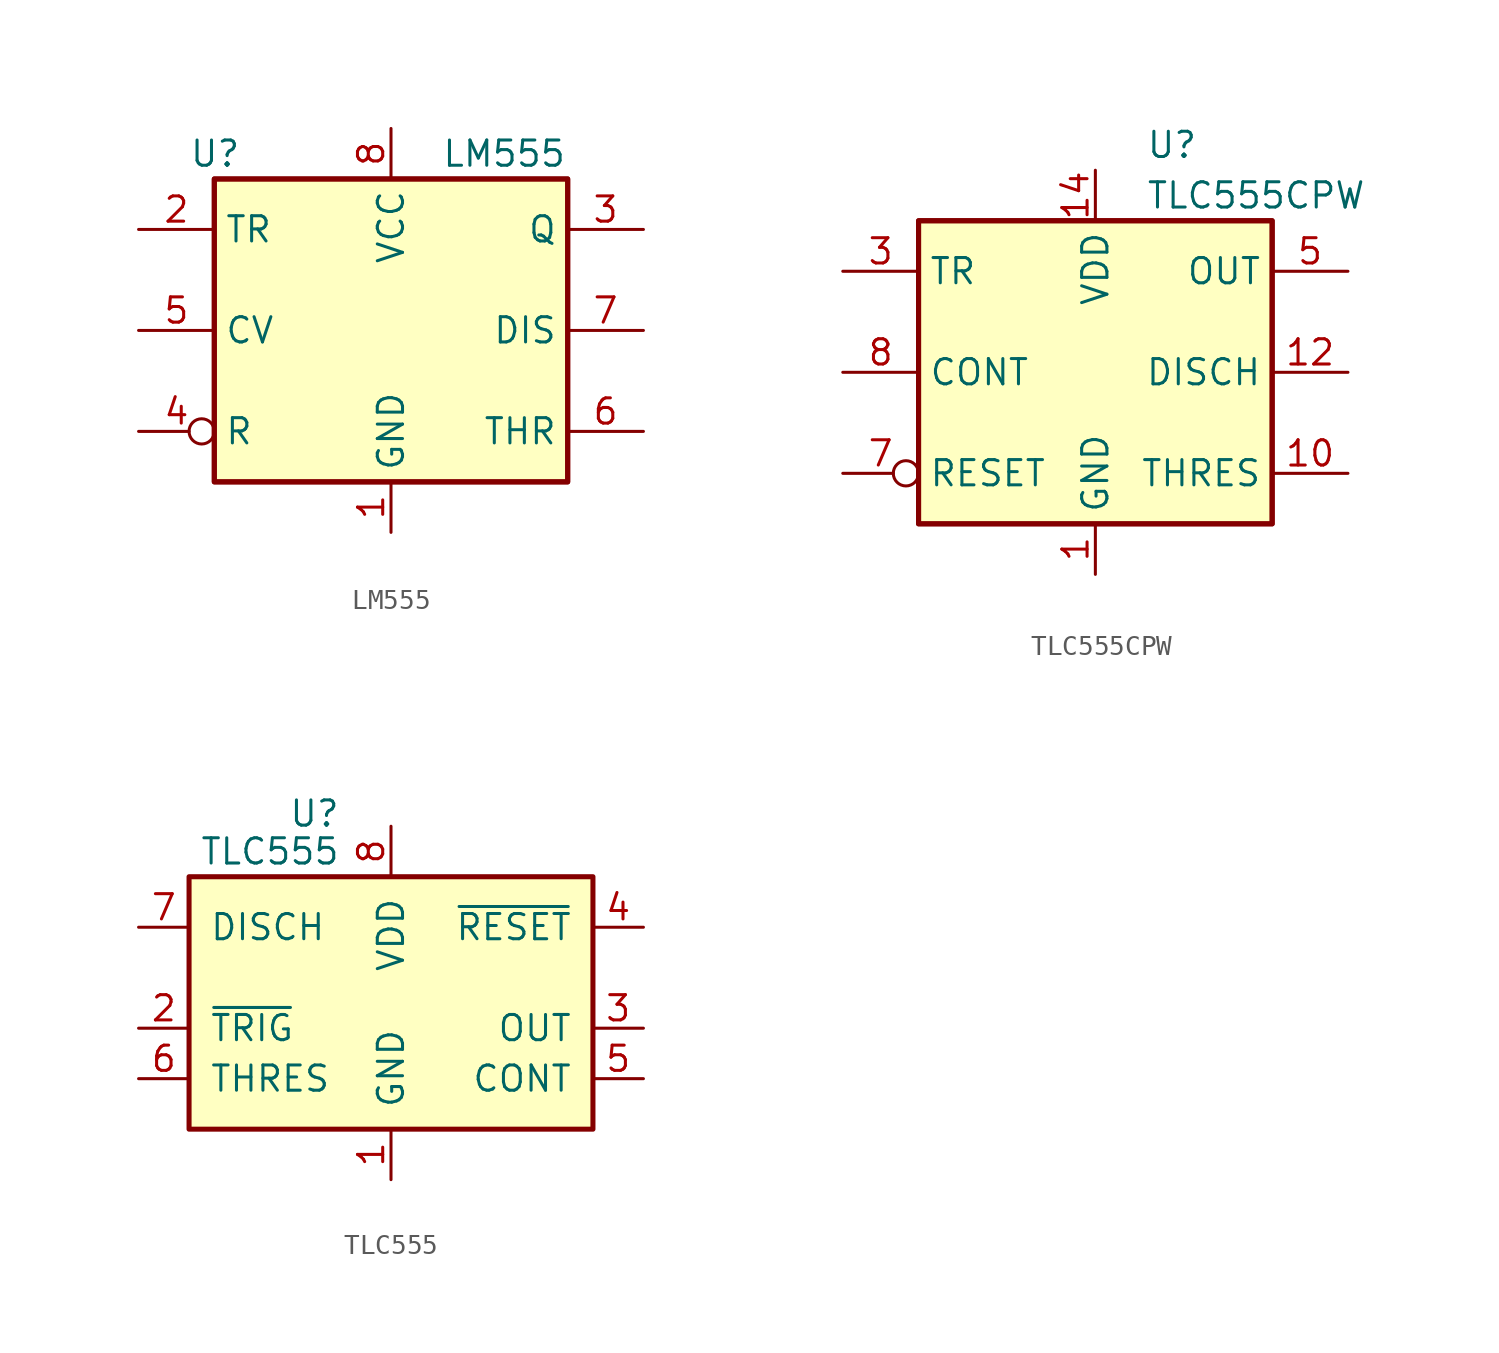
<source format=kicad_sym>
(kicad_symbol_lib
  (version 20211014)
  (generator kicad_symbol_editor)
  (symbol "LM555"
    (property "Reference" "U"
      (at -10.16 8.89 0)
      (effects (font (size 1.27 1.27)) (justify left)))
    (property "Value" "LM555"
      (at 2.54 8.89 0)
      (effects (font (size 1.27 1.27)) (justify left)))
    (symbol "LM555_0_0"
      (pin power_in line (at 0 -10.16 90) (length 2.54) (name "GND" (effects (font (size 1.27 1.27)))) (number "1" (effects (font (size 1.27 1.27)))))
      (pin power_in line (at 0 10.16 270) (length 2.54) (name "VCC" (effects (font (size 1.27 1.27)))) (number "8" (effects (font (size 1.27 1.27))))))
    (symbol "LM555_0_1"
      (rectangle (start -8.89 -7.62) (end 8.89 7.62) (stroke (width 0.254) (type default) (color 0 0 0 0)) (fill (type background)))
      (rectangle (start -8.89 -7.62) (end 8.89 7.62) (stroke (width 0.254) (type default) (color 0 0 0 0)) (fill (type background))))
    (symbol "LM555_1_1"
      (pin input line (at -12.7 5.08 0) (length 3.81) (name "TR" (effects (font (size 1.27 1.27)))) (number "2" (effects (font (size 1.27 1.27)))))
      (pin output line (at 12.7 5.08 180) (length 3.81) (name "Q" (effects (font (size 1.27 1.27)))) (number "3" (effects (font (size 1.27 1.27)))))
      (pin input inverted (at -12.7 -5.08 0) (length 3.81) (name "R" (effects (font (size 1.27 1.27)))) (number "4" (effects (font (size 1.27 1.27)))))
      (pin input line (at -12.7 0 0) (length 3.81) (name "CV" (effects (font (size 1.27 1.27)))) (number "5" (effects (font (size 1.27 1.27)))))
      (pin input line (at 12.7 -5.08 180) (length 3.81) (name "THR" (effects (font (size 1.27 1.27)))) (number "6" (effects (font (size 1.27 1.27)))))
      (pin input line (at 12.7 0 180) (length 3.81) (name "DIS" (effects (font (size 1.27 1.27)))) (number "7" (effects (font (size 1.27 1.27)))))))
  (symbol "TLC555CPW"
    (property "Reference" "U"
      (at 2.54 11.43 0)
      (effects (font (size 1.27 1.27)) (justify left)))
    (property "Value" "TLC555CPW"
      (at 2.54 8.89 0)
      (effects (font (size 1.27 1.27)) (justify left)))
    (symbol "TLC555CPW_0_0"
      (pin power_in line (at 0 -10.16 90) (length 2.54) (name "GND" (effects (font (size 1.27 1.27)))) (number "1" (effects (font (size 1.27 1.27)))))
      (pin power_in line (at 0 10.16 270) (length 2.54) (name "VDD" (effects (font (size 1.27 1.27)))) (number "14" (effects (font (size 1.27 1.27))))))
    (symbol "TLC555CPW_0_1"
      (rectangle (start -8.89 -7.62) (end 8.89 7.62) (stroke (width 0.254) (type default) (color 0 0 0 0)) (fill (type background)))
      (rectangle (start -8.89 -7.62) (end 8.89 7.62) (stroke (width 0.254) (type default) (color 0 0 0 0)) (fill (type background))))
    (symbol "TLC555CPW_1_1"
      (pin input line (at 12.7 -5.08 180) (length 3.81) (name "THRES" (effects (font (size 1.27 1.27)))) (number "10" (effects (font (size 1.27 1.27)))))
      (pin no_connect line (at 0 0 270) (length 2.54) hide (name "NC" (effects (font (size 1.27 1.27)))) (number "11" (effects (font (size 1.27 1.27)))))
      (pin input line (at 12.7 0 180) (length 3.81) (name "DISCH" (effects (font (size 1.27 1.27)))) (number "12" (effects (font (size 1.27 1.27)))))
      (pin no_connect line (at 2.54 0 270) (length 2.54) hide (name "NC" (effects (font (size 1.27 1.27)))) (number "13" (effects (font (size 1.27 1.27)))))
      (pin no_connect line (at -2.54 5.08 270) (length 2.54) hide (name "NC" (effects (font (size 1.27 1.27)))) (number "2" (effects (font (size 1.27 1.27)))))
      (pin input line (at -12.7 5.08 0) (length 3.81) (name "TR" (effects (font (size 1.27 1.27)))) (number "3" (effects (font (size 1.27 1.27)))))
      (pin no_connect line (at 0 5.08 270) (length 2.54) hide (name "NC" (effects (font (size 1.27 1.27)))) (number "4" (effects (font (size 1.27 1.27)))))
      (pin output line (at 12.7 5.08 180) (length 3.81) (name "OUT" (effects (font (size 1.27 1.27)))) (number "5" (effects (font (size 1.27 1.27)))))
      (pin no_connect line (at 2.54 5.08 270) (length 2.54) hide (name "NC" (effects (font (size 1.27 1.27)))) (number "6" (effects (font (size 1.27 1.27)))))
      (pin input inverted (at -12.7 -5.08 0) (length 3.81) (name "RESET" (effects (font (size 1.27 1.27)))) (number "7" (effects (font (size 1.27 1.27)))))
      (pin input line (at -12.7 0 0) (length 3.81) (name "CONT" (effects (font (size 1.27 1.27)))) (number "8" (effects (font (size 1.27 1.27)))))
      (pin no_connect line (at -2.54 0 270) (length 2.54) hide (name "NC" (effects (font (size 1.27 1.27)))) (number "9" (effects (font (size 1.27 1.27)))))))
  (symbol "TLC555"
    (pin_names
      (offset 1.016))
    (property "Reference" "U"
      (at -2.54 10.795 0)
      (effects (font (size 1.27 1.27)) (justify right)))
    (property "Value" "TLC555"
      (at -2.54 8.89 0)
      (effects (font (size 1.27 1.27)) (justify right)))
    (symbol "TLC555_0_1"
      (rectangle (start -10.16 7.62) (end 10.16 -5.08) (stroke (width 0.254) (type default) (color 0 0 0 0)) (fill (type background))))
    (symbol "TLC555_1_1"
      (pin power_in line (at 0 -7.62 90) (length 2.54) (name "GND" (effects (font (size 1.27 1.27)))) (number "1" (effects (font (size 1.27 1.27)))))
      (pin input line (at -12.7 0 0) (length 2.54) (name "~{TRIG}" (effects (font (size 1.27 1.27)))) (number "2" (effects (font (size 1.27 1.27)))))
      (pin output line (at 12.7 0 180) (length 2.54) (name "OUT" (effects (font (size 1.27 1.27)))) (number "3" (effects (font (size 1.27 1.27)))))
      (pin input line (at 12.7 5.08 180) (length 2.54) (name "~{RESET}" (effects (font (size 1.27 1.27)))) (number "4" (effects (font (size 1.27 1.27)))))
      (pin passive line (at 12.7 -2.54 180) (length 2.54) (name "CONT" (effects (font (size 1.27 1.27)))) (number "5" (effects (font (size 1.27 1.27)))))
      (pin input line (at -12.7 -2.54 0) (length 2.54) (name "THRES" (effects (font (size 1.27 1.27)))) (number "6" (effects (font (size 1.27 1.27)))))
      (pin open_collector line (at -12.7 5.08 0) (length 2.54) (name "DISCH" (effects (font (size 1.27 1.27)))) (number "7" (effects (font (size 1.27 1.27)))))
      (pin power_in line (at 0 10.16 270) (length 2.54) (name "VDD" (effects (font (size 1.27 1.27)))) (number "8" (effects (font (size 1.27 1.27))))))))
</source>
